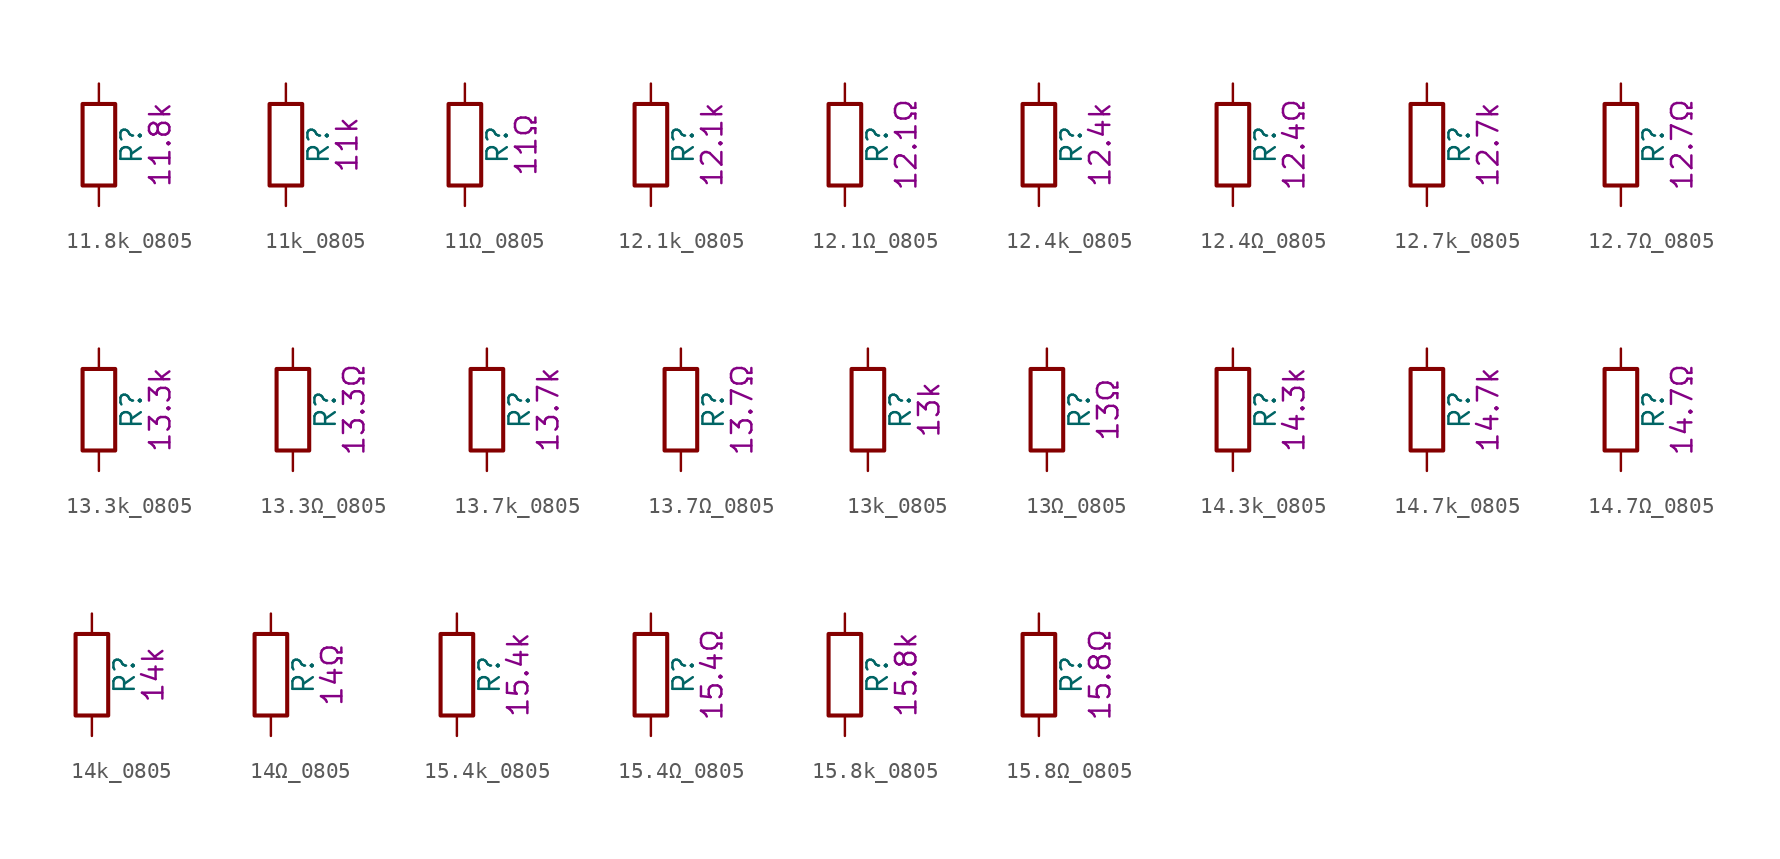
<source format=kicad_sym>
(kicad_symbol_lib
  (version 20211014)
  (generator kicad_symbol_editor)
  (symbol "11.8k_0805"
    (pin_numbers hide)
    (pin_names
      (offset 0))
    (property "Reference" "R"
      (at 2.032 0 90)
      (effects (font (size 1.27 1.27))))
    (property "Display" "11.8k"
      (at 3.81 0 90)
      (effects (font (size 1.27 1.27))))
    (symbol "11.8k_0805_0_1"
      (rectangle (start -1.016 -2.54) (end 1.016 2.54) (stroke (width 0.254) (type default) (color 0 0 0 0)) (fill (type none))))
    (symbol "11.8k_0805_1_1"
      (pin passive line (at 0 3.81 270) (length 1.27) (name "~" (effects (font (size 1.27 1.27)))) (number "1" (effects (font (size 1.27 1.27)))))
      (pin passive line (at 0 -3.81 90) (length 1.27) (name "~" (effects (font (size 1.27 1.27)))) (number "2" (effects (font (size 1.27 1.27)))))))
  (symbol "11k_0805"
    (pin_numbers hide)
    (pin_names
      (offset 0))
    (property "Reference" "R"
      (at 2.032 0 90)
      (effects (font (size 1.27 1.27))))
    (property "Display" "11k"
      (at 3.81 0 90)
      (effects (font (size 1.27 1.27))))
    (symbol "11k_0805_0_1"
      (rectangle (start -1.016 -2.54) (end 1.016 2.54) (stroke (width 0.254) (type default) (color 0 0 0 0)) (fill (type none))))
    (symbol "11k_0805_1_1"
      (pin passive line (at 0 3.81 270) (length 1.27) (name "~" (effects (font (size 1.27 1.27)))) (number "1" (effects (font (size 1.27 1.27)))))
      (pin passive line (at 0 -3.81 90) (length 1.27) (name "~" (effects (font (size 1.27 1.27)))) (number "2" (effects (font (size 1.27 1.27)))))))
  (symbol "11Ω_0805"
    (pin_numbers hide)
    (pin_names
      (offset 0))
    (property "Reference" "R"
      (at 2.032 0 90)
      (effects (font (size 1.27 1.27))))
    (property "Display" "11Ω"
      (at 3.81 0 90)
      (effects (font (size 1.27 1.27))))
    (symbol "11Ω_0805_0_1"
      (rectangle (start -1.016 -2.54) (end 1.016 2.54) (stroke (width 0.254) (type default) (color 0 0 0 0)) (fill (type none))))
    (symbol "11Ω_0805_1_1"
      (pin passive line (at 0 3.81 270) (length 1.27) (name "~" (effects (font (size 1.27 1.27)))) (number "1" (effects (font (size 1.27 1.27)))))
      (pin passive line (at 0 -3.81 90) (length 1.27) (name "~" (effects (font (size 1.27 1.27)))) (number "2" (effects (font (size 1.27 1.27)))))))
  (symbol "12.1k_0805"
    (pin_numbers hide)
    (pin_names
      (offset 0))
    (property "Reference" "R"
      (at 2.032 0 90)
      (effects (font (size 1.27 1.27))))
    (property "Display" "12.1k"
      (at 3.81 0 90)
      (effects (font (size 1.27 1.27))))
    (symbol "12.1k_0805_0_1"
      (rectangle (start -1.016 -2.54) (end 1.016 2.54) (stroke (width 0.254) (type default) (color 0 0 0 0)) (fill (type none))))
    (symbol "12.1k_0805_1_1"
      (pin passive line (at 0 3.81 270) (length 1.27) (name "~" (effects (font (size 1.27 1.27)))) (number "1" (effects (font (size 1.27 1.27)))))
      (pin passive line (at 0 -3.81 90) (length 1.27) (name "~" (effects (font (size 1.27 1.27)))) (number "2" (effects (font (size 1.27 1.27)))))))
  (symbol "12.1Ω_0805"
    (pin_numbers hide)
    (pin_names
      (offset 0))
    (property "Reference" "R"
      (at 2.032 0 90)
      (effects (font (size 1.27 1.27))))
    (property "Display" "12.1Ω"
      (at 3.81 0 90)
      (effects (font (size 1.27 1.27))))
    (symbol "12.1Ω_0805_0_1"
      (rectangle (start -1.016 -2.54) (end 1.016 2.54) (stroke (width 0.254) (type default) (color 0 0 0 0)) (fill (type none))))
    (symbol "12.1Ω_0805_1_1"
      (pin passive line (at 0 3.81 270) (length 1.27) (name "~" (effects (font (size 1.27 1.27)))) (number "1" (effects (font (size 1.27 1.27)))))
      (pin passive line (at 0 -3.81 90) (length 1.27) (name "~" (effects (font (size 1.27 1.27)))) (number "2" (effects (font (size 1.27 1.27)))))))
  (symbol "12.4k_0805"
    (pin_numbers hide)
    (pin_names
      (offset 0))
    (property "Reference" "R"
      (at 2.032 0 90)
      (effects (font (size 1.27 1.27))))
    (property "Display" "12.4k"
      (at 3.81 0 90)
      (effects (font (size 1.27 1.27))))
    (symbol "12.4k_0805_0_1"
      (rectangle (start -1.016 -2.54) (end 1.016 2.54) (stroke (width 0.254) (type default) (color 0 0 0 0)) (fill (type none))))
    (symbol "12.4k_0805_1_1"
      (pin passive line (at 0 3.81 270) (length 1.27) (name "~" (effects (font (size 1.27 1.27)))) (number "1" (effects (font (size 1.27 1.27)))))
      (pin passive line (at 0 -3.81 90) (length 1.27) (name "~" (effects (font (size 1.27 1.27)))) (number "2" (effects (font (size 1.27 1.27)))))))
  (symbol "12.4Ω_0805"
    (pin_numbers hide)
    (pin_names
      (offset 0))
    (property "Reference" "R"
      (at 2.032 0 90)
      (effects (font (size 1.27 1.27))))
    (property "Display" "12.4Ω"
      (at 3.81 0 90)
      (effects (font (size 1.27 1.27))))
    (symbol "12.4Ω_0805_0_1"
      (rectangle (start -1.016 -2.54) (end 1.016 2.54) (stroke (width 0.254) (type default) (color 0 0 0 0)) (fill (type none))))
    (symbol "12.4Ω_0805_1_1"
      (pin passive line (at 0 3.81 270) (length 1.27) (name "~" (effects (font (size 1.27 1.27)))) (number "1" (effects (font (size 1.27 1.27)))))
      (pin passive line (at 0 -3.81 90) (length 1.27) (name "~" (effects (font (size 1.27 1.27)))) (number "2" (effects (font (size 1.27 1.27)))))))
  (symbol "12.7k_0805"
    (pin_numbers hide)
    (pin_names
      (offset 0))
    (property "Reference" "R"
      (at 2.032 0 90)
      (effects (font (size 1.27 1.27))))
    (property "Display" "12.7k"
      (at 3.81 0 90)
      (effects (font (size 1.27 1.27))))
    (symbol "12.7k_0805_0_1"
      (rectangle (start -1.016 -2.54) (end 1.016 2.54) (stroke (width 0.254) (type default) (color 0 0 0 0)) (fill (type none))))
    (symbol "12.7k_0805_1_1"
      (pin passive line (at 0 3.81 270) (length 1.27) (name "~" (effects (font (size 1.27 1.27)))) (number "1" (effects (font (size 1.27 1.27)))))
      (pin passive line (at 0 -3.81 90) (length 1.27) (name "~" (effects (font (size 1.27 1.27)))) (number "2" (effects (font (size 1.27 1.27)))))))
  (symbol "12.7Ω_0805"
    (pin_numbers hide)
    (pin_names
      (offset 0))
    (property "Reference" "R"
      (at 2.032 0 90)
      (effects (font (size 1.27 1.27))))
    (property "Display" "12.7Ω"
      (at 3.81 0 90)
      (effects (font (size 1.27 1.27))))
    (symbol "12.7Ω_0805_0_1"
      (rectangle (start -1.016 -2.54) (end 1.016 2.54) (stroke (width 0.254) (type default) (color 0 0 0 0)) (fill (type none))))
    (symbol "12.7Ω_0805_1_1"
      (pin passive line (at 0 3.81 270) (length 1.27) (name "~" (effects (font (size 1.27 1.27)))) (number "1" (effects (font (size 1.27 1.27)))))
      (pin passive line (at 0 -3.81 90) (length 1.27) (name "~" (effects (font (size 1.27 1.27)))) (number "2" (effects (font (size 1.27 1.27)))))))
  (symbol "13.3k_0805"
    (pin_numbers hide)
    (pin_names
      (offset 0))
    (property "Reference" "R"
      (at 2.032 0 90)
      (effects (font (size 1.27 1.27))))
    (property "Display" "13.3k"
      (at 3.81 0 90)
      (effects (font (size 1.27 1.27))))
    (symbol "13.3k_0805_0_1"
      (rectangle (start -1.016 -2.54) (end 1.016 2.54) (stroke (width 0.254) (type default) (color 0 0 0 0)) (fill (type none))))
    (symbol "13.3k_0805_1_1"
      (pin passive line (at 0 3.81 270) (length 1.27) (name "~" (effects (font (size 1.27 1.27)))) (number "1" (effects (font (size 1.27 1.27)))))
      (pin passive line (at 0 -3.81 90) (length 1.27) (name "~" (effects (font (size 1.27 1.27)))) (number "2" (effects (font (size 1.27 1.27)))))))
  (symbol "13.3Ω_0805"
    (pin_numbers hide)
    (pin_names
      (offset 0))
    (property "Reference" "R"
      (at 2.032 0 90)
      (effects (font (size 1.27 1.27))))
    (property "Display" "13.3Ω"
      (at 3.81 0 90)
      (effects (font (size 1.27 1.27))))
    (symbol "13.3Ω_0805_0_1"
      (rectangle (start -1.016 -2.54) (end 1.016 2.54) (stroke (width 0.254) (type default) (color 0 0 0 0)) (fill (type none))))
    (symbol "13.3Ω_0805_1_1"
      (pin passive line (at 0 3.81 270) (length 1.27) (name "~" (effects (font (size 1.27 1.27)))) (number "1" (effects (font (size 1.27 1.27)))))
      (pin passive line (at 0 -3.81 90) (length 1.27) (name "~" (effects (font (size 1.27 1.27)))) (number "2" (effects (font (size 1.27 1.27)))))))
  (symbol "13.7k_0805"
    (pin_numbers hide)
    (pin_names
      (offset 0))
    (property "Reference" "R"
      (at 2.032 0 90)
      (effects (font (size 1.27 1.27))))
    (property "Display" "13.7k"
      (at 3.81 0 90)
      (effects (font (size 1.27 1.27))))
    (symbol "13.7k_0805_0_1"
      (rectangle (start -1.016 -2.54) (end 1.016 2.54) (stroke (width 0.254) (type default) (color 0 0 0 0)) (fill (type none))))
    (symbol "13.7k_0805_1_1"
      (pin passive line (at 0 3.81 270) (length 1.27) (name "~" (effects (font (size 1.27 1.27)))) (number "1" (effects (font (size 1.27 1.27)))))
      (pin passive line (at 0 -3.81 90) (length 1.27) (name "~" (effects (font (size 1.27 1.27)))) (number "2" (effects (font (size 1.27 1.27)))))))
  (symbol "13.7Ω_0805"
    (pin_numbers hide)
    (pin_names
      (offset 0))
    (property "Reference" "R"
      (at 2.032 0 90)
      (effects (font (size 1.27 1.27))))
    (property "Display" "13.7Ω"
      (at 3.81 0 90)
      (effects (font (size 1.27 1.27))))
    (symbol "13.7Ω_0805_0_1"
      (rectangle (start -1.016 -2.54) (end 1.016 2.54) (stroke (width 0.254) (type default) (color 0 0 0 0)) (fill (type none))))
    (symbol "13.7Ω_0805_1_1"
      (pin passive line (at 0 3.81 270) (length 1.27) (name "~" (effects (font (size 1.27 1.27)))) (number "1" (effects (font (size 1.27 1.27)))))
      (pin passive line (at 0 -3.81 90) (length 1.27) (name "~" (effects (font (size 1.27 1.27)))) (number "2" (effects (font (size 1.27 1.27)))))))
  (symbol "13k_0805"
    (pin_numbers hide)
    (pin_names
      (offset 0))
    (property "Reference" "R"
      (at 2.032 0 90)
      (effects (font (size 1.27 1.27))))
    (property "Display" "13k"
      (at 3.81 0 90)
      (effects (font (size 1.27 1.27))))
    (symbol "13k_0805_0_1"
      (rectangle (start -1.016 -2.54) (end 1.016 2.54) (stroke (width 0.254) (type default) (color 0 0 0 0)) (fill (type none))))
    (symbol "13k_0805_1_1"
      (pin passive line (at 0 3.81 270) (length 1.27) (name "~" (effects (font (size 1.27 1.27)))) (number "1" (effects (font (size 1.27 1.27)))))
      (pin passive line (at 0 -3.81 90) (length 1.27) (name "~" (effects (font (size 1.27 1.27)))) (number "2" (effects (font (size 1.27 1.27)))))))
  (symbol "13Ω_0805"
    (pin_numbers hide)
    (pin_names
      (offset 0))
    (property "Reference" "R"
      (at 2.032 0 90)
      (effects (font (size 1.27 1.27))))
    (property "Display" "13Ω"
      (at 3.81 0 90)
      (effects (font (size 1.27 1.27))))
    (symbol "13Ω_0805_0_1"
      (rectangle (start -1.016 -2.54) (end 1.016 2.54) (stroke (width 0.254) (type default) (color 0 0 0 0)) (fill (type none))))
    (symbol "13Ω_0805_1_1"
      (pin passive line (at 0 3.81 270) (length 1.27) (name "~" (effects (font (size 1.27 1.27)))) (number "1" (effects (font (size 1.27 1.27)))))
      (pin passive line (at 0 -3.81 90) (length 1.27) (name "~" (effects (font (size 1.27 1.27)))) (number "2" (effects (font (size 1.27 1.27)))))))
  (symbol "14.3k_0805"
    (pin_numbers hide)
    (pin_names
      (offset 0))
    (property "Reference" "R"
      (at 2.032 0 90)
      (effects (font (size 1.27 1.27))))
    (property "Display" "14.3k"
      (at 3.81 0 90)
      (effects (font (size 1.27 1.27))))
    (symbol "14.3k_0805_0_1"
      (rectangle (start -1.016 -2.54) (end 1.016 2.54) (stroke (width 0.254) (type default) (color 0 0 0 0)) (fill (type none))))
    (symbol "14.3k_0805_1_1"
      (pin passive line (at 0 3.81 270) (length 1.27) (name "~" (effects (font (size 1.27 1.27)))) (number "1" (effects (font (size 1.27 1.27)))))
      (pin passive line (at 0 -3.81 90) (length 1.27) (name "~" (effects (font (size 1.27 1.27)))) (number "2" (effects (font (size 1.27 1.27)))))))
  (symbol "14.7k_0805"
    (pin_numbers hide)
    (pin_names
      (offset 0))
    (property "Reference" "R"
      (at 2.032 0 90)
      (effects (font (size 1.27 1.27))))
    (property "Display" "14.7k"
      (at 3.81 0 90)
      (effects (font (size 1.27 1.27))))
    (symbol "14.7k_0805_0_1"
      (rectangle (start -1.016 -2.54) (end 1.016 2.54) (stroke (width 0.254) (type default) (color 0 0 0 0)) (fill (type none))))
    (symbol "14.7k_0805_1_1"
      (pin passive line (at 0 3.81 270) (length 1.27) (name "~" (effects (font (size 1.27 1.27)))) (number "1" (effects (font (size 1.27 1.27)))))
      (pin passive line (at 0 -3.81 90) (length 1.27) (name "~" (effects (font (size 1.27 1.27)))) (number "2" (effects (font (size 1.27 1.27)))))))
  (symbol "14.7Ω_0805"
    (pin_numbers hide)
    (pin_names
      (offset 0))
    (property "Reference" "R"
      (at 2.032 0 90)
      (effects (font (size 1.27 1.27))))
    (property "Display" "14.7Ω"
      (at 3.81 0 90)
      (effects (font (size 1.27 1.27))))
    (symbol "14.7Ω_0805_0_1"
      (rectangle (start -1.016 -2.54) (end 1.016 2.54) (stroke (width 0.254) (type default) (color 0 0 0 0)) (fill (type none))))
    (symbol "14.7Ω_0805_1_1"
      (pin passive line (at 0 3.81 270) (length 1.27) (name "~" (effects (font (size 1.27 1.27)))) (number "1" (effects (font (size 1.27 1.27)))))
      (pin passive line (at 0 -3.81 90) (length 1.27) (name "~" (effects (font (size 1.27 1.27)))) (number "2" (effects (font (size 1.27 1.27)))))))
  (symbol "14k_0805"
    (pin_numbers hide)
    (pin_names
      (offset 0))
    (property "Reference" "R"
      (at 2.032 0 90)
      (effects (font (size 1.27 1.27))))
    (property "Display" "14k"
      (at 3.81 0 90)
      (effects (font (size 1.27 1.27))))
    (symbol "14k_0805_0_1"
      (rectangle (start -1.016 -2.54) (end 1.016 2.54) (stroke (width 0.254) (type default) (color 0 0 0 0)) (fill (type none))))
    (symbol "14k_0805_1_1"
      (pin passive line (at 0 3.81 270) (length 1.27) (name "~" (effects (font (size 1.27 1.27)))) (number "1" (effects (font (size 1.27 1.27)))))
      (pin passive line (at 0 -3.81 90) (length 1.27) (name "~" (effects (font (size 1.27 1.27)))) (number "2" (effects (font (size 1.27 1.27)))))))
  (symbol "14Ω_0805"
    (pin_numbers hide)
    (pin_names
      (offset 0))
    (property "Reference" "R"
      (at 2.032 0 90)
      (effects (font (size 1.27 1.27))))
    (property "Display" "14Ω"
      (at 3.81 0 90)
      (effects (font (size 1.27 1.27))))
    (symbol "14Ω_0805_0_1"
      (rectangle (start -1.016 -2.54) (end 1.016 2.54) (stroke (width 0.254) (type default) (color 0 0 0 0)) (fill (type none))))
    (symbol "14Ω_0805_1_1"
      (pin passive line (at 0 3.81 270) (length 1.27) (name "~" (effects (font (size 1.27 1.27)))) (number "1" (effects (font (size 1.27 1.27)))))
      (pin passive line (at 0 -3.81 90) (length 1.27) (name "~" (effects (font (size 1.27 1.27)))) (number "2" (effects (font (size 1.27 1.27)))))))
  (symbol "15.4k_0805"
    (pin_numbers hide)
    (pin_names
      (offset 0))
    (property "Reference" "R"
      (at 2.032 0 90)
      (effects (font (size 1.27 1.27))))
    (property "Display" "15.4k"
      (at 3.81 0 90)
      (effects (font (size 1.27 1.27))))
    (symbol "15.4k_0805_0_1"
      (rectangle (start -1.016 -2.54) (end 1.016 2.54) (stroke (width 0.254) (type default) (color 0 0 0 0)) (fill (type none))))
    (symbol "15.4k_0805_1_1"
      (pin passive line (at 0 3.81 270) (length 1.27) (name "~" (effects (font (size 1.27 1.27)))) (number "1" (effects (font (size 1.27 1.27)))))
      (pin passive line (at 0 -3.81 90) (length 1.27) (name "~" (effects (font (size 1.27 1.27)))) (number "2" (effects (font (size 1.27 1.27)))))))
  (symbol "15.4Ω_0805"
    (pin_numbers hide)
    (pin_names
      (offset 0))
    (property "Reference" "R"
      (at 2.032 0 90)
      (effects (font (size 1.27 1.27))))
    (property "Display" "15.4Ω"
      (at 3.81 0 90)
      (effects (font (size 1.27 1.27))))
    (symbol "15.4Ω_0805_0_1"
      (rectangle (start -1.016 -2.54) (end 1.016 2.54) (stroke (width 0.254) (type default) (color 0 0 0 0)) (fill (type none))))
    (symbol "15.4Ω_0805_1_1"
      (pin passive line (at 0 3.81 270) (length 1.27) (name "~" (effects (font (size 1.27 1.27)))) (number "1" (effects (font (size 1.27 1.27)))))
      (pin passive line (at 0 -3.81 90) (length 1.27) (name "~" (effects (font (size 1.27 1.27)))) (number "2" (effects (font (size 1.27 1.27)))))))
  (symbol "15.8k_0805"
    (pin_numbers hide)
    (pin_names
      (offset 0))
    (property "Reference" "R"
      (at 2.032 0 90)
      (effects (font (size 1.27 1.27))))
    (property "Display" "15.8k"
      (at 3.81 0 90)
      (effects (font (size 1.27 1.27))))
    (symbol "15.8k_0805_0_1"
      (rectangle (start -1.016 -2.54) (end 1.016 2.54) (stroke (width 0.254) (type default) (color 0 0 0 0)) (fill (type none))))
    (symbol "15.8k_0805_1_1"
      (pin passive line (at 0 3.81 270) (length 1.27) (name "~" (effects (font (size 1.27 1.27)))) (number "1" (effects (font (size 1.27 1.27)))))
      (pin passive line (at 0 -3.81 90) (length 1.27) (name "~" (effects (font (size 1.27 1.27)))) (number "2" (effects (font (size 1.27 1.27)))))))
  (symbol "15.8Ω_0805"
    (pin_numbers hide)
    (pin_names
      (offset 0))
    (property "Reference" "R"
      (at 2.032 0 90)
      (effects (font (size 1.27 1.27))))
    (property "Display" "15.8Ω"
      (at 3.81 0 90)
      (effects (font (size 1.27 1.27))))
    (symbol "15.8Ω_0805_0_1"
      (rectangle (start -1.016 -2.54) (end 1.016 2.54) (stroke (width 0.254) (type default) (color 0 0 0 0)) (fill (type none))))
    (symbol "15.8Ω_0805_1_1"
      (pin passive line (at 0 3.81 270) (length 1.27) (name "~" (effects (font (size 1.27 1.27)))) (number "1" (effects (font (size 1.27 1.27)))))
      (pin passive line (at 0 -3.81 90) (length 1.27) (name "~" (effects (font (size 1.27 1.27)))) (number "2" (effects (font (size 1.27 1.27))))))))
</source>
